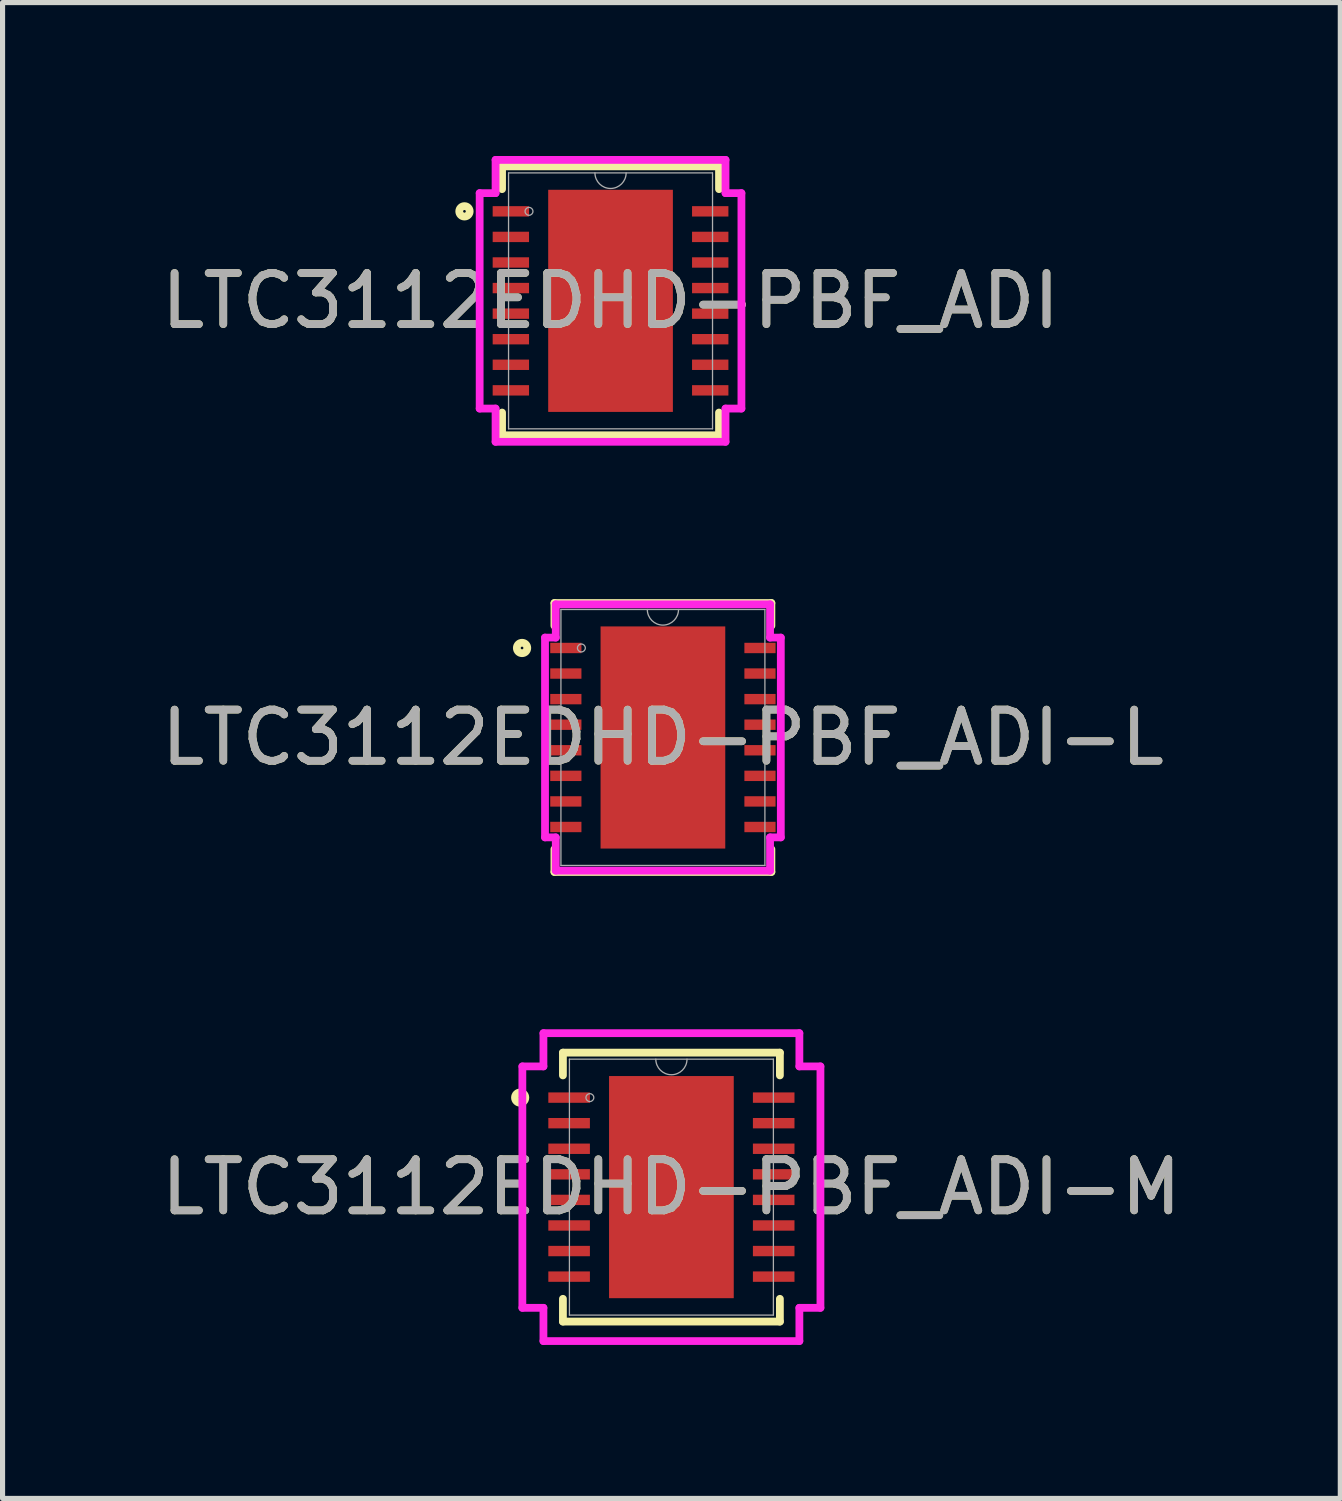
<source format=kicad_pcb>
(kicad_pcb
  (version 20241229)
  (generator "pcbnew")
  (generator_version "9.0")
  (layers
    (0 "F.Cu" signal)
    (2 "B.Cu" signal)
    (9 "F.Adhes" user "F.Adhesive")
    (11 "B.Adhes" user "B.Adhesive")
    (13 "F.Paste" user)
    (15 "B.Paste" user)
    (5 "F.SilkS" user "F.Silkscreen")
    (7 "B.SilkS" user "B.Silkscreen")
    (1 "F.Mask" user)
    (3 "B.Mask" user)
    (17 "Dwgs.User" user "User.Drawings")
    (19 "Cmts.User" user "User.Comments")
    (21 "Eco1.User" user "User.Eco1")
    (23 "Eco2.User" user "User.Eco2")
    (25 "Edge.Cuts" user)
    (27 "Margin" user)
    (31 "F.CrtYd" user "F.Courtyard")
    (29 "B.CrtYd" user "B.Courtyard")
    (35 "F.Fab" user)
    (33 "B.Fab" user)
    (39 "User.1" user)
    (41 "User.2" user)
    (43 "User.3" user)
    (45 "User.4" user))
  (footprint "LTC3112EDHD-PBF_ADI"
    (layer "F.Cu")
    (at 8.887 2.832)
    (property "Reference" "LTC3112EDHD-PBF_ADI" (at 0 0 0) (unlocked yes) (layer "F.SilkS") (effects (font (size 1 1) (thickness 0.15))))
    (attr smd)
    (fp_line (start -2.121 -2.629) (end -2.121 -2.184) (stroke (width 0.152) (type solid)) (layer "F.SilkS"))
    (fp_line (start -2.121 2.184) (end -2.121 2.629) (stroke (width 0.152) (type solid)) (layer "F.SilkS"))
    (fp_line (start -2.121 2.629) (end 2.121 2.629) (stroke (width 0.152) (type solid)) (layer "F.SilkS"))
    (fp_line (start 2.121 -2.629) (end -2.121 -2.629) (stroke (width 0.152) (type solid)) (layer "F.SilkS"))
    (fp_line (start 2.121 -2.184) (end 2.121 -2.629) (stroke (width 0.152) (type solid)) (layer "F.SilkS"))
    (fp_line (start 2.121 2.629) (end 2.121 2.184) (stroke (width 0.152) (type solid)) (layer "F.SilkS"))
    (fp_circle (center -2.856 -1.75) (end -2.754 -1.75) (stroke (width 0.152) (type solid)) (fill no) (layer "F.SilkS"))
    (fp_poly (pts (xy -1.119 -2.072) (xy -1.119 -0.824) (xy 1.119 -0.824) (xy 1.119 -2.072)) (stroke (width 0) (type solid)) (fill yes) (layer "F.Paste"))
    (fp_poly (pts (xy -1.119 -0.624) (xy -1.119 0.624) (xy 1.119 0.624) (xy 1.119 -0.624)) (stroke (width 0) (type solid)) (fill yes) (layer "F.Paste"))
    (fp_poly (pts (xy -1.119 0.824) (xy -1.119 2.072) (xy 1.119 2.072) (xy 1.119 0.824)) (stroke (width 0) (type solid)) (fill yes) (layer "F.Paste"))
    (fp_line (start -2.559 -2.106) (end -2.248 -2.106) (stroke (width 0.152) (type solid)) (layer "F.CrtYd"))
    (fp_line (start -2.559 2.106) (end -2.559 -2.106) (stroke (width 0.152) (type solid)) (layer "F.CrtYd"))
    (fp_line (start -2.559 2.106) (end -2.248 2.106) (stroke (width 0.152) (type solid)) (layer "F.CrtYd"))
    (fp_line (start -2.248 -2.756) (end 2.248 -2.756) (stroke (width 0.152) (type solid)) (layer "F.CrtYd"))
    (fp_line (start -2.248 -2.106) (end -2.248 -2.756) (stroke (width 0.152) (type solid)) (layer "F.CrtYd"))
    (fp_line (start -2.248 2.756) (end -2.248 2.106) (stroke (width 0.152) (type solid)) (layer "F.CrtYd"))
    (fp_line (start 2.248 -2.756) (end 2.248 -2.106) (stroke (width 0.152) (type solid)) (layer "F.CrtYd"))
    (fp_line (start 2.248 2.106) (end 2.248 2.756) (stroke (width 0.152) (type solid)) (layer "F.CrtYd"))
    (fp_line (start 2.248 2.756) (end -2.248 2.756) (stroke (width 0.152) (type solid)) (layer "F.CrtYd"))
    (fp_line (start 2.559 -2.106) (end 2.248 -2.106) (stroke (width 0.152) (type solid)) (layer "F.CrtYd"))
    (fp_line (start 2.559 -2.106) (end 2.559 2.106) (stroke (width 0.152) (type solid)) (layer "F.CrtYd"))
    (fp_line (start 2.559 2.106) (end 2.248 2.106) (stroke (width 0.152) (type solid)) (layer "F.CrtYd"))
    (fp_line (start -1.994 -2.502) (end -1.994 2.502) (stroke (width 0.025) (type solid)) (layer "F.Fab"))
    (fp_line (start -1.994 2.502) (end 1.994 2.502) (stroke (width 0.025) (type solid)) (layer "F.Fab"))
    (fp_line (start 1.994 -2.502) (end -1.994 -2.502) (stroke (width 0.025) (type solid)) (layer "F.Fab"))
    (fp_line (start 1.994 2.502) (end 1.994 -2.502) (stroke (width 0.025) (type solid)) (layer "F.Fab"))
    (fp_arc (start 0.3048 -2.5019) (mid 0 -2.1971) (end -0.3048 -2.5019) (stroke (width 0.0254) (type solid)) (layer "F.Fab"))
    (fp_circle (center -1.594 -1.75) (end -1.517 -1.75) (stroke (width 0.025) (type solid)) (fill no) (layer "F.Fab"))
    (fp_text user "${REFERENCE}" (at 0 0 0) (unlocked yes) (layer "F.Fab") (effects (font (size 1 1) (thickness 0.15))))
    (pad "1" smd rect (at -1.949 -1.75) (size 0.711 0.203) (layers "F.Cu" "F.Mask" "F.Paste"))
    (pad "2" smd rect (at -1.949 -1.25) (size 0.711 0.203) (layers "F.Cu" "F.Mask" "F.Paste"))
    (pad "3" smd rect (at -1.949 -0.75) (size 0.711 0.203) (layers "F.Cu" "F.Mask" "F.Paste"))
    (pad "4" smd rect (at -1.949 -0.25) (size 0.711 0.203) (layers "F.Cu" "F.Mask" "F.Paste"))
    (pad "5" smd rect (at -1.949 0.25) (size 0.711 0.203) (layers "F.Cu" "F.Mask" "F.Paste"))
    (pad "6" smd rect (at -1.949 0.75) (size 0.711 0.203) (layers "F.Cu" "F.Mask" "F.Paste"))
    (pad "7" smd rect (at -1.949 1.25) (size 0.711 0.203) (layers "F.Cu" "F.Mask" "F.Paste"))
    (pad "8" smd rect (at -1.949 1.75) (size 0.711 0.203) (layers "F.Cu" "F.Mask" "F.Paste"))
    (pad "9" smd rect (at 1.949 1.75) (size 0.711 0.203) (layers "F.Cu" "F.Mask" "F.Paste"))
    (pad "10" smd rect (at 1.949 1.25) (size 0.711 0.203) (layers "F.Cu" "F.Mask" "F.Paste"))
    (pad "11" smd rect (at 1.949 0.75) (size 0.711 0.203) (layers "F.Cu" "F.Mask" "F.Paste"))
    (pad "12" smd rect (at 1.949 0.25) (size 0.711 0.203) (layers "F.Cu" "F.Mask" "F.Paste"))
    (pad "13" smd rect (at 1.949 -0.25) (size 0.711 0.203) (layers "F.Cu" "F.Mask" "F.Paste"))
    (pad "14" smd rect (at 1.949 -0.75) (size 0.711 0.203) (layers "F.Cu" "F.Mask" "F.Paste"))
    (pad "15" smd rect (at 1.949 -1.25) (size 0.711 0.203) (layers "F.Cu" "F.Mask" "F.Paste"))
    (pad "16" smd rect (at 1.949 -1.75) (size 0.711 0.203) (layers "F.Cu" "F.Mask" "F.Paste"))
    (pad "17" smd rect (at 0 0) (size 2.438 4.343) (layers "F.Cu" "F.Mask" "F.Paste")))
  (footprint "LTC3112EDHD-PBF_ADI-L"
    (layer "F.Cu")
    (at 9.911 11.369)
    (property "Reference" "LTC3112EDHD-PBF_ADI-L" (at 0 0 0) (unlocked yes) (layer "F.SilkS") (effects (font (size 1 1) (thickness 0.15))))
    (attr smd)
    (fp_line (start -2.121 -2.629) (end -2.121 -2.184) (stroke (width 0.152) (type solid)) (layer "F.SilkS"))
    (fp_line (start -2.121 2.184) (end -2.121 2.629) (stroke (width 0.152) (type solid)) (layer "F.SilkS"))
    (fp_line (start -2.121 2.629) (end 2.121 2.629) (stroke (width 0.152) (type solid)) (layer "F.SilkS"))
    (fp_line (start 2.121 -2.629) (end -2.121 -2.629) (stroke (width 0.152) (type solid)) (layer "F.SilkS"))
    (fp_line (start 2.121 -2.184) (end 2.121 -2.629) (stroke (width 0.152) (type solid)) (layer "F.SilkS"))
    (fp_line (start 2.121 2.629) (end 2.121 2.184) (stroke (width 0.152) (type solid)) (layer "F.SilkS"))
    (fp_circle (center -2.754 -1.75) (end -2.652 -1.75) (stroke (width 0.152) (type solid)) (fill no) (layer "F.SilkS"))
    (fp_poly (pts (xy -1.119 -2.072) (xy -1.119 -0.824) (xy 1.119 -0.824) (xy 1.119 -2.072)) (stroke (width 0) (type solid)) (fill yes) (layer "F.Paste"))
    (fp_poly (pts (xy -1.119 -0.624) (xy -1.119 0.624) (xy 1.119 0.624) (xy 1.119 -0.624)) (stroke (width 0) (type solid)) (fill yes) (layer "F.Paste"))
    (fp_poly (pts (xy -1.119 0.824) (xy -1.119 2.072) (xy 1.119 2.072) (xy 1.119 0.824)) (stroke (width 0) (type solid)) (fill yes) (layer "F.Paste"))
    (fp_line (start -2.305 -1.953) (end -2.095 -1.953) (stroke (width 0.152) (type solid)) (layer "F.CrtYd"))
    (fp_line (start -2.305 1.953) (end -2.305 -1.953) (stroke (width 0.152) (type solid)) (layer "F.CrtYd"))
    (fp_line (start -2.305 1.953) (end -2.095 1.953) (stroke (width 0.152) (type solid)) (layer "F.CrtYd"))
    (fp_line (start -2.095 -2.603) (end 2.095 -2.603) (stroke (width 0.152) (type solid)) (layer "F.CrtYd"))
    (fp_line (start -2.095 -1.953) (end -2.095 -2.603) (stroke (width 0.152) (type solid)) (layer "F.CrtYd"))
    (fp_line (start -2.095 2.603) (end -2.095 1.953) (stroke (width 0.152) (type solid)) (layer "F.CrtYd"))
    (fp_line (start 2.095 -2.603) (end 2.095 -1.953) (stroke (width 0.152) (type solid)) (layer "F.CrtYd"))
    (fp_line (start 2.095 1.953) (end 2.095 2.603) (stroke (width 0.152) (type solid)) (layer "F.CrtYd"))
    (fp_line (start 2.095 2.603) (end -2.095 2.603) (stroke (width 0.152) (type solid)) (layer "F.CrtYd"))
    (fp_line (start 2.305 -1.953) (end 2.095 -1.953) (stroke (width 0.152) (type solid)) (layer "F.CrtYd"))
    (fp_line (start 2.305 -1.953) (end 2.305 1.953) (stroke (width 0.152) (type solid)) (layer "F.CrtYd"))
    (fp_line (start 2.305 1.953) (end 2.095 1.953) (stroke (width 0.152) (type solid)) (layer "F.CrtYd"))
    (fp_line (start -1.994 -2.502) (end -1.994 2.502) (stroke (width 0.025) (type solid)) (layer "F.Fab"))
    (fp_line (start -1.994 2.502) (end 1.994 2.502) (stroke (width 0.025) (type solid)) (layer "F.Fab"))
    (fp_line (start 1.994 -2.502) (end -1.994 -2.502) (stroke (width 0.025) (type solid)) (layer "F.Fab"))
    (fp_line (start 1.994 2.502) (end 1.994 -2.502) (stroke (width 0.025) (type solid)) (layer "F.Fab"))
    (fp_arc (start 0.3048 -2.5019) (mid 0 -2.1971) (end -0.3048 -2.5019) (stroke (width 0.0254) (type solid)) (layer "F.Fab"))
    (fp_circle (center -1.594 -1.75) (end -1.517 -1.75) (stroke (width 0.025) (type solid)) (fill no) (layer "F.Fab"))
    (fp_text user "${REFERENCE}" (at 0 0 0) (unlocked yes) (layer "F.Fab") (effects (font (size 1 1) (thickness 0.15))))
    (pad "1" smd rect (at -1.898 -1.75) (size 0.61 0.203) (layers "F.Cu" "F.Mask" "F.Paste"))
    (pad "2" smd rect (at -1.898 -1.25) (size 0.61 0.203) (layers "F.Cu" "F.Mask" "F.Paste"))
    (pad "3" smd rect (at -1.898 -0.75) (size 0.61 0.203) (layers "F.Cu" "F.Mask" "F.Paste"))
    (pad "4" smd rect (at -1.898 -0.25) (size 0.61 0.203) (layers "F.Cu" "F.Mask" "F.Paste"))
    (pad "5" smd rect (at -1.898 0.25) (size 0.61 0.203) (layers "F.Cu" "F.Mask" "F.Paste"))
    (pad "6" smd rect (at -1.898 0.75) (size 0.61 0.203) (layers "F.Cu" "F.Mask" "F.Paste"))
    (pad "7" smd rect (at -1.898 1.25) (size 0.61 0.203) (layers "F.Cu" "F.Mask" "F.Paste"))
    (pad "8" smd rect (at -1.898 1.75) (size 0.61 0.203) (layers "F.Cu" "F.Mask" "F.Paste"))
    (pad "9" smd rect (at 1.898 1.75) (size 0.61 0.203) (layers "F.Cu" "F.Mask" "F.Paste"))
    (pad "10" smd rect (at 1.898 1.25) (size 0.61 0.203) (layers "F.Cu" "F.Mask" "F.Paste"))
    (pad "11" smd rect (at 1.898 0.75) (size 0.61 0.203) (layers "F.Cu" "F.Mask" "F.Paste"))
    (pad "12" smd rect (at 1.898 0.25) (size 0.61 0.203) (layers "F.Cu" "F.Mask" "F.Paste"))
    (pad "13" smd rect (at 1.898 -0.25) (size 0.61 0.203) (layers "F.Cu" "F.Mask" "F.Paste"))
    (pad "14" smd rect (at 1.898 -0.75) (size 0.61 0.203) (layers "F.Cu" "F.Mask" "F.Paste"))
    (pad "15" smd rect (at 1.898 -1.25) (size 0.61 0.203) (layers "F.Cu" "F.Mask" "F.Paste"))
    (pad "16" smd rect (at 1.898 -1.75) (size 0.61 0.203) (layers "F.Cu" "F.Mask" "F.Paste"))
    (pad "17" smd rect (at 0 0) (size 2.438 4.343) (layers "F.Cu" "F.Mask" "F.Paste")))
  (footprint "LTC3112EDHD-PBF_ADI-M"
    (layer "F.Cu")
    (at 10.077 20.16)
    (property "Reference" "LTC3112EDHD-PBF_ADI-M" (at 0 0 0) (unlocked yes) (layer "F.SilkS") (effects (font (size 1 1) (thickness 0.15))))
    (attr smd)
    (fp_line (start -2.121 -2.629) (end -2.121 -2.184) (stroke (width 0.152) (type solid)) (layer "F.SilkS"))
    (fp_line (start -2.121 2.184) (end -2.121 2.629) (stroke (width 0.152) (type solid)) (layer "F.SilkS"))
    (fp_line (start -2.121 2.629) (end 2.121 2.629) (stroke (width 0.152) (type solid)) (layer "F.SilkS"))
    (fp_line (start 2.121 -2.629) (end -2.121 -2.629) (stroke (width 0.152) (type solid)) (layer "F.SilkS"))
    (fp_line (start 2.121 -2.184) (end 2.121 -2.629) (stroke (width 0.152) (type solid)) (layer "F.SilkS"))
    (fp_line (start 2.121 2.629) (end 2.121 2.184) (stroke (width 0.152) (type solid)) (layer "F.SilkS"))
    (fp_circle (center -2.957 -1.75) (end -2.856 -1.75) (stroke (width 0.152) (type solid)) (fill no) (layer "F.SilkS"))
    (fp_poly (pts (xy -1.119 -2.072) (xy -1.119 -0.824) (xy 1.119 -0.824) (xy 1.119 -2.072)) (stroke (width 0) (type solid)) (fill yes) (layer "F.Paste"))
    (fp_poly (pts (xy -1.119 -0.624) (xy -1.119 0.624) (xy 1.119 0.624) (xy 1.119 -0.624)) (stroke (width 0) (type solid)) (fill yes) (layer "F.Paste"))
    (fp_poly (pts (xy -1.119 0.824) (xy -1.119 2.072) (xy 1.119 2.072) (xy 1.119 0.824)) (stroke (width 0) (type solid)) (fill yes) (layer "F.Paste"))
    (fp_line (start -2.914 -2.36) (end -2.502 -2.36) (stroke (width 0.152) (type solid)) (layer "F.CrtYd"))
    (fp_line (start -2.914 2.36) (end -2.914 -2.36) (stroke (width 0.152) (type solid)) (layer "F.CrtYd"))
    (fp_line (start -2.914 2.36) (end -2.502 2.36) (stroke (width 0.152) (type solid)) (layer "F.CrtYd"))
    (fp_line (start -2.502 -3.01) (end 2.502 -3.01) (stroke (width 0.152) (type solid)) (layer "F.CrtYd"))
    (fp_line (start -2.502 -2.36) (end -2.502 -3.01) (stroke (width 0.152) (type solid)) (layer "F.CrtYd"))
    (fp_line (start -2.502 3.01) (end -2.502 2.36) (stroke (width 0.152) (type solid)) (layer "F.CrtYd"))
    (fp_line (start 2.502 -3.01) (end 2.502 -2.36) (stroke (width 0.152) (type solid)) (layer "F.CrtYd"))
    (fp_line (start 2.502 2.36) (end 2.502 3.01) (stroke (width 0.152) (type solid)) (layer "F.CrtYd"))
    (fp_line (start 2.502 3.01) (end -2.502 3.01) (stroke (width 0.152) (type solid)) (layer "F.CrtYd"))
    (fp_line (start 2.914 -2.36) (end 2.502 -2.36) (stroke (width 0.152) (type solid)) (layer "F.CrtYd"))
    (fp_line (start 2.914 -2.36) (end 2.914 2.36) (stroke (width 0.152) (type solid)) (layer "F.CrtYd"))
    (fp_line (start 2.914 2.36) (end 2.502 2.36) (stroke (width 0.152) (type solid)) (layer "F.CrtYd"))
    (fp_line (start -1.994 -2.502) (end -1.994 2.502) (stroke (width 0.025) (type solid)) (layer "F.Fab"))
    (fp_line (start -1.994 2.502) (end 1.994 2.502) (stroke (width 0.025) (type solid)) (layer "F.Fab"))
    (fp_line (start 1.994 -2.502) (end -1.994 -2.502) (stroke (width 0.025) (type solid)) (layer "F.Fab"))
    (fp_line (start 1.994 2.502) (end 1.994 -2.502) (stroke (width 0.025) (type solid)) (layer "F.Fab"))
    (fp_arc (start 0.3048 -2.5019) (mid 0 -2.1971) (end -0.3048 -2.5019) (stroke (width 0.0254) (type solid)) (layer "F.Fab"))
    (fp_circle (center -1.594 -1.75) (end -1.517 -1.75) (stroke (width 0.025) (type solid)) (fill no) (layer "F.Fab"))
    (fp_text user "${REFERENCE}" (at 0 0 0) (unlocked yes) (layer "F.Fab") (effects (font (size 1 1) (thickness 0.15))))
    (pad "1" smd rect (at -2 -1.75) (size 0.813 0.203) (layers "F.Cu" "F.Mask" "F.Paste"))
    (pad "2" smd rect (at -2 -1.25) (size 0.813 0.203) (layers "F.Cu" "F.Mask" "F.Paste"))
    (pad "3" smd rect (at -2 -0.75) (size 0.813 0.203) (layers "F.Cu" "F.Mask" "F.Paste"))
    (pad "4" smd rect (at -2 -0.25) (size 0.813 0.203) (layers "F.Cu" "F.Mask" "F.Paste"))
    (pad "5" smd rect (at -2 0.25) (size 0.813 0.203) (layers "F.Cu" "F.Mask" "F.Paste"))
    (pad "6" smd rect (at -2 0.75) (size 0.813 0.203) (layers "F.Cu" "F.Mask" "F.Paste"))
    (pad "7" smd rect (at -2 1.25) (size 0.813 0.203) (layers "F.Cu" "F.Mask" "F.Paste"))
    (pad "8" smd rect (at -2 1.75) (size 0.813 0.203) (layers "F.Cu" "F.Mask" "F.Paste"))
    (pad "9" smd rect (at 2 1.75) (size 0.813 0.203) (layers "F.Cu" "F.Mask" "F.Paste"))
    (pad "10" smd rect (at 2 1.25) (size 0.813 0.203) (layers "F.Cu" "F.Mask" "F.Paste"))
    (pad "11" smd rect (at 2 0.75) (size 0.813 0.203) (layers "F.Cu" "F.Mask" "F.Paste"))
    (pad "12" smd rect (at 2 0.25) (size 0.813 0.203) (layers "F.Cu" "F.Mask" "F.Paste"))
    (pad "13" smd rect (at 2 -0.25) (size 0.813 0.203) (layers "F.Cu" "F.Mask" "F.Paste"))
    (pad "14" smd rect (at 2 -0.75) (size 0.813 0.203) (layers "F.Cu" "F.Mask" "F.Paste"))
    (pad "15" smd rect (at 2 -1.25) (size 0.813 0.203) (layers "F.Cu" "F.Mask" "F.Paste"))
    (pad "16" smd rect (at 2 -1.75) (size 0.813 0.203) (layers "F.Cu" "F.Mask" "F.Paste"))
    (pad "17" smd rect (at 0 0) (size 2.438 4.343) (layers "F.Cu" "F.Mask" "F.Paste")))
  (gr_rect
    (start -3 -3)
    (end 23.155 26.247)
    (stroke (width 0.1) (type default))
    (fill no)
    (layer "Edge.Cuts")))
</source>
